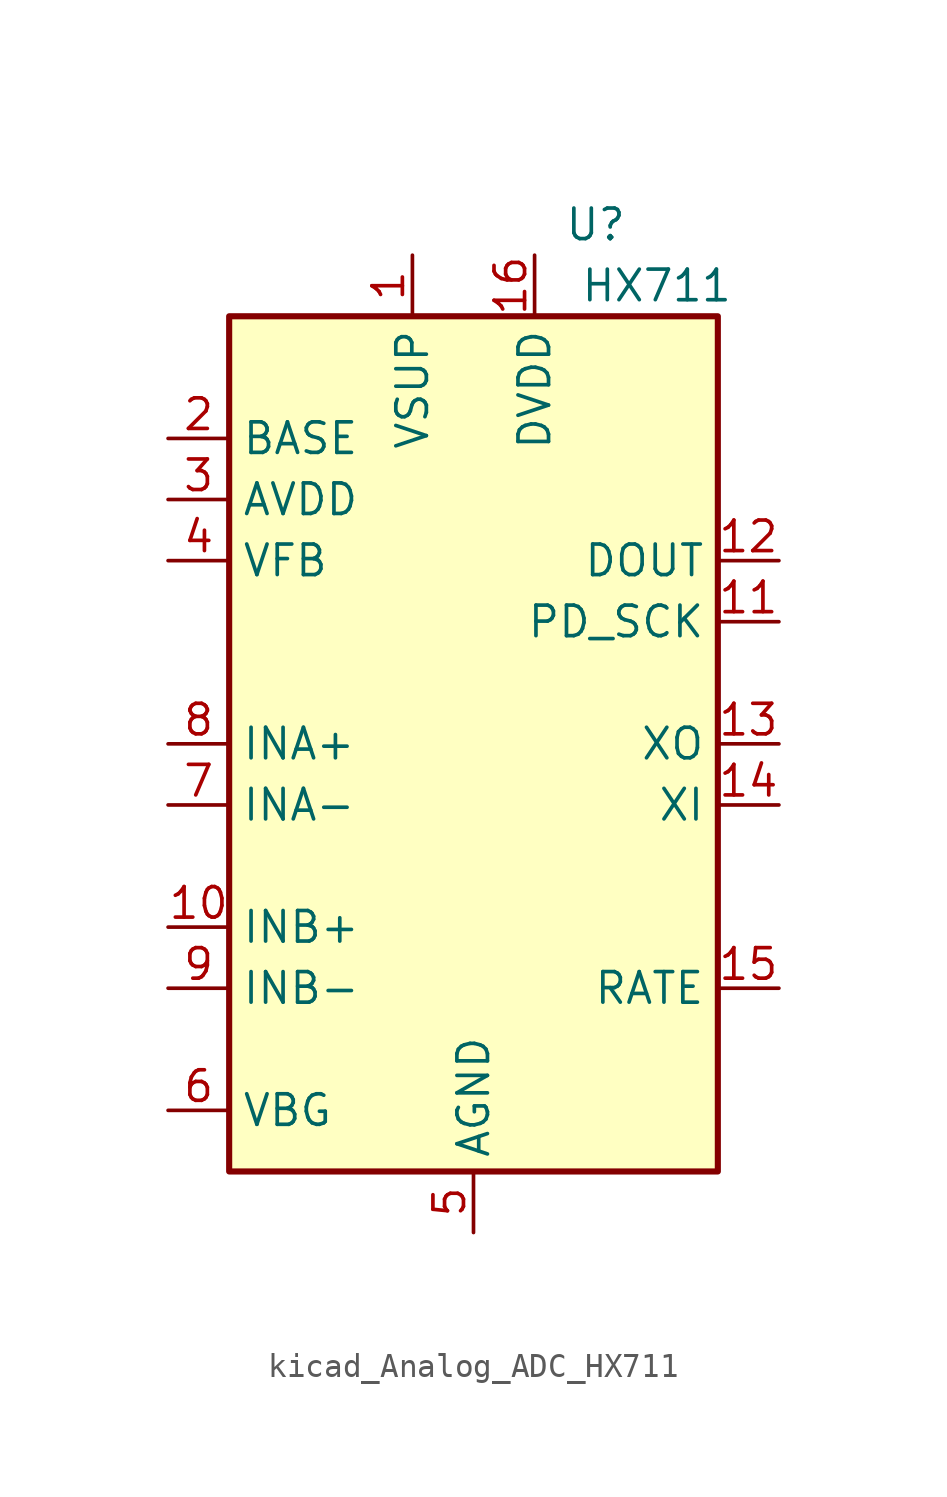
<source format=kicad_sym>
(kicad_symbol_lib
  (version 20220914)
  (generator kicad_symbol_editor)
  (symbol "kicad_Analog_ADC_HX711"
    (property "Reference" "U"
      (at 5.08 21.59 0)
      (effects (font (size 1.27 1.27))))
    (property "Value" "HX711"
      (at 7.62 19.05 0)
      (effects (font (size 1.27 1.27))))
    (symbol "kicad_Analog_ADC_HX711_0_1"
      (rectangle (start -10.16 17.78) (end 10.16 -17.78) (stroke (width 0.254) (type default)) (fill (type background))))
    (symbol "kicad_Analog_ADC_HX711_1_1"
      (pin power_in line (at -2.54 20.32 270) (length 2.54) (name "VSUP" (effects (font (size 1.27 1.27)))) (number "1" (effects (font (size 1.27 1.27)))))
      (pin input line (at -12.7 -7.62 0) (length 2.54) (name "INB+" (effects (font (size 1.27 1.27)))) (number "10" (effects (font (size 1.27 1.27)))))
      (pin input line (at 12.7 5.08 180) (length 2.54) (name "PD_SCK" (effects (font (size 1.27 1.27)))) (number "11" (effects (font (size 1.27 1.27)))))
      (pin output line (at 12.7 7.62 180) (length 2.54) (name "DOUT" (effects (font (size 1.27 1.27)))) (number "12" (effects (font (size 1.27 1.27)))))
      (pin passive line (at 12.7 0 180) (length 2.54) (name "XO" (effects (font (size 1.27 1.27)))) (number "13" (effects (font (size 1.27 1.27)))))
      (pin passive line (at 12.7 -2.54 180) (length 2.54) (name "XI" (effects (font (size 1.27 1.27)))) (number "14" (effects (font (size 1.27 1.27)))))
      (pin input line (at 12.7 -10.16 180) (length 2.54) (name "RATE" (effects (font (size 1.27 1.27)))) (number "15" (effects (font (size 1.27 1.27)))))
      (pin power_in line (at 2.54 20.32 270) (length 2.54) (name "DVDD" (effects (font (size 1.27 1.27)))) (number "16" (effects (font (size 1.27 1.27)))))
      (pin passive line (at -12.7 12.7 0) (length 2.54) (name "BASE" (effects (font (size 1.27 1.27)))) (number "2" (effects (font (size 1.27 1.27)))))
      (pin power_in line (at -12.7 10.16 0) (length 2.54) (name "AVDD" (effects (font (size 1.27 1.27)))) (number "3" (effects (font (size 1.27 1.27)))))
      (pin input line (at -12.7 7.62 0) (length 2.54) (name "VFB" (effects (font (size 1.27 1.27)))) (number "4" (effects (font (size 1.27 1.27)))))
      (pin power_in line (at 0 -20.32 90) (length 2.54) (name "AGND" (effects (font (size 1.27 1.27)))) (number "5" (effects (font (size 1.27 1.27)))))
      (pin passive line (at -12.7 -15.24 0) (length 2.54) (name "VBG" (effects (font (size 1.27 1.27)))) (number "6" (effects (font (size 1.27 1.27)))))
      (pin input line (at -12.7 -2.54 0) (length 2.54) (name "INA-" (effects (font (size 1.27 1.27)))) (number "7" (effects (font (size 1.27 1.27)))))
      (pin input line (at -12.7 0 0) (length 2.54) (name "INA+" (effects (font (size 1.27 1.27)))) (number "8" (effects (font (size 1.27 1.27)))))
      (pin input line (at -12.7 -10.16 0) (length 2.54) (name "INB-" (effects (font (size 1.27 1.27)))) (number "9" (effects (font (size 1.27 1.27))))))))
</source>
